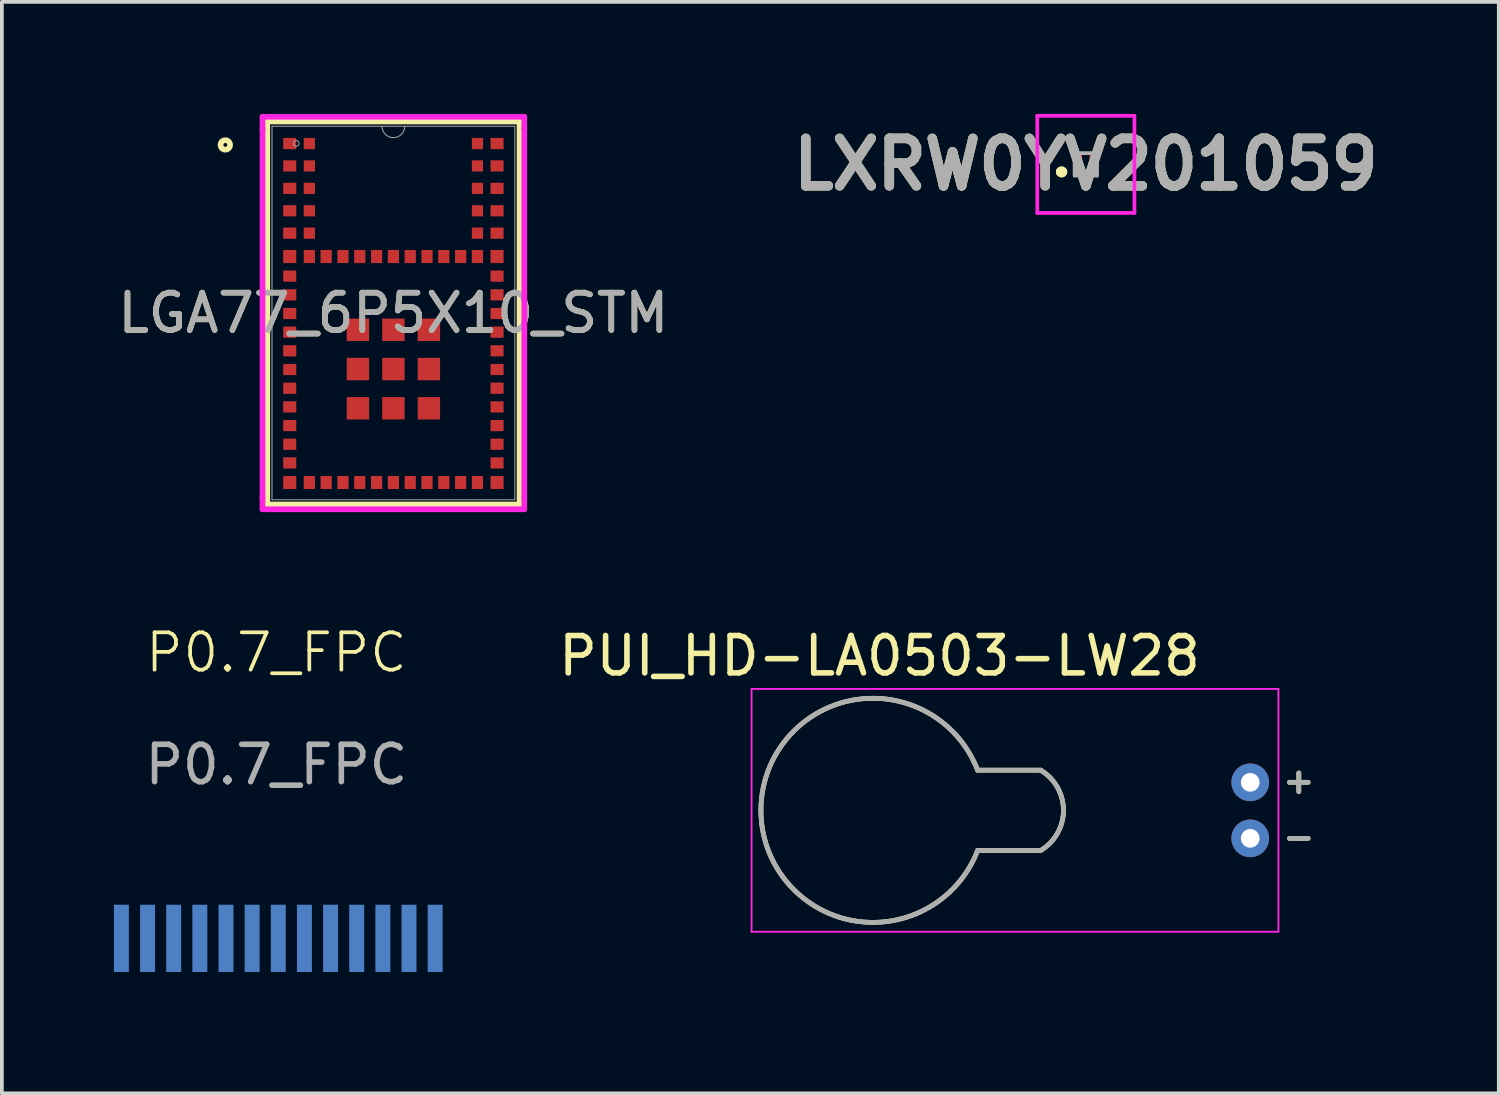
<source format=kicad_pcb>
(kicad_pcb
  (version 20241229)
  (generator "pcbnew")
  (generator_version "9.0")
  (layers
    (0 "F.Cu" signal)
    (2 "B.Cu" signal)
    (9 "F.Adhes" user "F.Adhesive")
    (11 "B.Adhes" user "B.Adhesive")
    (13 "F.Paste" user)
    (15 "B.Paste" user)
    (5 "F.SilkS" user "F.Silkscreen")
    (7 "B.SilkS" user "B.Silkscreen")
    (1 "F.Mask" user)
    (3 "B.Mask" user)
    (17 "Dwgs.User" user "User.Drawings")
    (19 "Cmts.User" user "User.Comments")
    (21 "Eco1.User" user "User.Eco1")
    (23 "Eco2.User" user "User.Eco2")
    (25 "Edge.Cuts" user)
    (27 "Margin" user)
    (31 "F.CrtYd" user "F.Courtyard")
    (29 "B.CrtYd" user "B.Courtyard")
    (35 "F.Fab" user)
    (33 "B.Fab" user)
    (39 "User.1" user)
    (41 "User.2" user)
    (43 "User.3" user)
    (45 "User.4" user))
  (footprint "LXRW0YV201059"
    (layer "F.Cu")
    (at 26.02 1.35)
    (property "Reference" "LXRW0YV201059" (at 0 0 0) (layer "F.SilkS") (effects (font (size 1.27 1.27) (thickness 0.254))))
    (attr smd)
    (fp_line (start -0.7 0.2) (end -0.7 0.2) (stroke (width 0.2) (type solid)) (layer "F.SilkS"))
    (fp_line (start -0.7 0.2) (end -0.7 0.2) (stroke (width 0.2) (type solid)) (layer "F.SilkS"))
    (fp_line (start -0.6 0.2) (end -0.6 0.2) (stroke (width 0.2) (type solid)) (layer "F.SilkS"))
    (fp_arc (start -0.7 0.2) (mid -0.65 0.15) (end -0.6 0.2) (stroke (width 0.2) (type solid)) (layer "F.SilkS"))
    (fp_arc (start -0.6 0.2) (mid -0.65 0.25) (end -0.7 0.2) (stroke (width 0.2) (type solid)) (layer "F.SilkS"))
    (fp_arc (start -0.6 0.2) (mid -0.65 0.25) (end -0.7 0.2) (stroke (width 0.2) (type solid)) (layer "F.SilkS"))
    (fp_line (start -1.3 -1.3) (end 1.3 -1.3) (stroke (width 0.1) (type solid)) (layer "F.CrtYd"))
    (fp_line (start -1.3 1.3) (end -1.3 -1.3) (stroke (width 0.1) (type solid)) (layer "F.CrtYd"))
    (fp_line (start 1.3 -1.3) (end 1.3 1.3) (stroke (width 0.1) (type solid)) (layer "F.CrtYd"))
    (fp_line (start 1.3 1.3) (end -1.3 1.3) (stroke (width 0.1) (type solid)) (layer "F.CrtYd"))
    (fp_line (start -0.3 -0.3) (end -0.3 0.3) (stroke (width 0.1) (type solid)) (layer "F.Fab"))
    (fp_line (start -0.3 0.3) (end 0.3 0.3) (stroke (width 0.1) (type solid)) (layer "F.Fab"))
    (fp_line (start 0.3 -0.3) (end -0.3 -0.3) (stroke (width 0.1) (type solid)) (layer "F.Fab"))
    (fp_line (start 0.3 0.3) (end 0.3 -0.3) (stroke (width 0.1) (type solid)) (layer "F.Fab"))
    (fp_text user "${REFERENCE}" (at 0 0 0) (layer "F.Fab") (effects (font (size 1.27 1.27) (thickness 0.254))))
    (pad "1" smd rect (at -0.2 0.2 90) (size 0.2 0.2) (layers "F.Cu" "F.Mask" "F.Paste"))
    (pad "2" smd rect (at -0.2 -0.2 90) (size 0.2 0.2) (layers "F.Cu" "F.Mask" "F.Paste"))
    (pad "3" smd rect (at 0.2 -0.2 90) (size 0.2 0.2) (layers "F.Cu" "F.Mask" "F.Paste"))
    (pad "4" smd rect (at 0.2 0.2 90) (size 0.2 0.2) (layers "F.Cu" "F.Mask" "F.Paste")))
  (footprint "P0.7_FPC"
    (layer "F.Cu")
    (at 4.4 22.971)
    (property "Reference" "P0.7_FPC" (at -0.05 -8.55 0) (unlocked yes) (layer "F.SilkS") (effects (font (size 1 1) (thickness 0.1))))
    (attr smd)
    (fp_text user "${REFERENCE}" (at -0.05 -5.55 0) (unlocked yes) (layer "F.Fab") (effects (font (size 1 1) (thickness 0.15))))
    (pad "1" smd rect (at -4.2 -0.9) (size 0.4 1.8) (layers "B.Cu" "B.Mask" "B.Paste"))
    (pad "2" smd rect (at -3.5 -0.9) (size 0.4 1.8) (layers "B.Cu" "B.Mask" "B.Paste"))
    (pad "3" smd rect (at -2.8 -0.9) (size 0.4 1.8) (layers "B.Cu" "B.Mask" "B.Paste"))
    (pad "4" smd rect (at -2.1 -0.9) (size 0.4 1.8) (layers "B.Cu" "B.Mask" "B.Paste"))
    (pad "5" smd rect (at -1.4 -0.9) (size 0.4 1.8) (layers "B.Cu" "B.Mask" "B.Paste"))
    (pad "6" smd rect (at -0.7 -0.9) (size 0.4 1.8) (layers "B.Cu" "B.Mask" "B.Paste"))
    (pad "7" smd rect (at 0 -0.9) (size 0.4 1.8) (layers "B.Cu" "B.Mask" "B.Paste"))
    (pad "8" smd rect (at 0.7 -0.9) (size 0.4 1.8) (layers "B.Cu" "B.Mask" "B.Paste"))
    (pad "9" smd rect (at 1.4 -0.9) (size 0.4 1.8) (layers "B.Cu" "B.Mask" "B.Paste"))
    (pad "10" smd rect (at 2.1 -0.9) (size 0.4 1.8) (layers "B.Cu" "B.Mask" "B.Paste"))
    (pad "11" smd rect (at 2.8 -0.9) (size 0.4 1.8) (layers "B.Cu" "B.Mask" "B.Paste"))
    (pad "12" smd rect (at 3.5 -0.9) (size 0.4 1.8) (layers "B.Cu" "B.Mask" "B.Paste"))
    (pad "13" smd rect (at 4.2 -0.9) (size 0.4 1.8) (layers "B.Cu" "B.Mask" "B.Paste")))
  (footprint "PUI_HD-LA0503-LW28"
    (layer "F.Cu")
    (at 20.321 18.644)
    (property "Reference" "PUI_HD-LA0503-LW28" (at 0.175 -4.135 0) (layer "F.SilkS") (effects (font (size 1 1) (thickness 0.15))))
    (attr through_hole)
    (fp_line (start 2.801 1.075) (end 4.488 1.075) (stroke (width 0.127) (type solid)) (layer "F.SilkS"))
    (fp_line (start 4.488 -1.075) (end 2.801 -1.075) (stroke (width 0.127) (type solid)) (layer "F.SilkS"))
    (fp_line (start 11.15 -0.75) (end 11.65 -0.75) (stroke (width 0.127) (type solid)) (layer "F.SilkS"))
    (fp_line (start 11.15 0.75) (end 11.65 0.75) (stroke (width 0.127) (type solid)) (layer "F.SilkS"))
    (fp_line (start 11.4 -1) (end 11.4 -0.5) (stroke (width 0.127) (type solid)) (layer "F.SilkS"))
    (fp_arc (start -3 0) (mid -2.12132 -2.12132) (end 0 -3) (stroke (width 0.127) (type solid)) (layer "F.SilkS"))
    (fp_arc (start 0 -3) (mid 1.699264 -2.472347) (end 2.80078 -1.075) (stroke (width 0.127) (type solid)) (layer "F.SilkS"))
    (fp_arc (start 0 3) (mid -2.12132 2.12132) (end -3 0) (stroke (width 0.127) (type solid)) (layer "F.SilkS"))
    (fp_arc (start 2.80078 1.075) (mid 1.699264 2.472347) (end 0 3) (stroke (width 0.127) (type solid)) (layer "F.SilkS"))
    (fp_arc (start 4.48787 -1.075) (mid 5.100001 0) (end 4.487869 1.075) (stroke (width 0.127) (type solid)) (layer "F.SilkS"))
    (fp_line (start -3.25 -3.25) (end 10.854 -3.25) (stroke (width 0.05) (type solid)) (layer "F.CrtYd"))
    (fp_line (start -3.25 3.25) (end -3.25 -3.25) (stroke (width 0.05) (type solid)) (layer "F.CrtYd"))
    (fp_line (start 10.854 -3.25) (end 10.854 3.25) (stroke (width 0.05) (type solid)) (layer "F.CrtYd"))
    (fp_line (start 10.854 3.25) (end -3.25 3.25) (stroke (width 0.05) (type solid)) (layer "F.CrtYd"))
    (fp_line (start 2.801 1.075) (end 4.488 1.075) (stroke (width 0.127) (type solid)) (layer "F.Fab"))
    (fp_line (start 4.488 -1.075) (end 2.801 -1.075) (stroke (width 0.127) (type solid)) (layer "F.Fab"))
    (fp_line (start 11.15 -0.75) (end 11.65 -0.75) (stroke (width 0.127) (type solid)) (layer "F.Fab"))
    (fp_line (start 11.15 0.75) (end 11.65 0.75) (stroke (width 0.127) (type solid)) (layer "F.Fab"))
    (fp_line (start 11.4 -1) (end 11.4 -0.5) (stroke (width 0.127) (type solid)) (layer "F.Fab"))
    (fp_arc (start -3 0) (mid -2.12132 -2.12132) (end 0 -3) (stroke (width 0.127) (type solid)) (layer "F.Fab"))
    (fp_arc (start 0 -3) (mid 1.699264 -2.472347) (end 2.80078 -1.075) (stroke (width 0.127) (type solid)) (layer "F.Fab"))
    (fp_arc (start 0 3) (mid -2.12132 2.12132) (end -3 0) (stroke (width 0.127) (type solid)) (layer "F.Fab"))
    (fp_arc (start 2.80078 1.075) (mid 1.699264 2.472347) (end 0 3) (stroke (width 0.127) (type solid)) (layer "F.Fab"))
    (fp_arc (start 4.48787 -1.075) (mid 5.100001 0) (end 4.487869 1.075) (stroke (width 0.127) (type solid)) (layer "F.Fab"))
    (pad "N" thru_hole circle (at 10.1 0.75) (size 1.008 1.008) (drill 0.5) (layers "*.Cu" "*.Mask"))
    (pad "P" thru_hole circle (at 10.1 -0.75) (size 1.008 1.008) (drill 0.5) (layers "*.Cu" "*.Mask")))
  (footprint "LGA77_6P5X10_STM"
    (layer "F.Cu")
    (at 7.482 5.33)
    (property "Reference" "LGA77_6P5X10_STM" (at 0 0 0) (unlocked yes) (layer "F.SilkS") (effects (font (size 1 1) (thickness 0.15))))
    (attr smd)
    (fp_line (start -3.377 -5.127) (end -3.377 5.127) (stroke (width 0.152) (type solid)) (layer "F.SilkS"))
    (fp_line (start -3.377 5.127) (end 3.377 5.127) (stroke (width 0.152) (type solid)) (layer "F.SilkS"))
    (fp_line (start 3.377 -5.127) (end -3.377 -5.127) (stroke (width 0.152) (type solid)) (layer "F.SilkS"))
    (fp_line (start 3.377 5.127) (end 3.377 -5.127) (stroke (width 0.152) (type solid)) (layer "F.SilkS"))
    (fp_circle (center -4.5 -4.5) (end -4.373 -4.5) (stroke (width 0.152) (type solid)) (fill no) (layer "F.SilkS"))
    (fp_line (start -3.504 -5.254) (end 3.504 -5.254) (stroke (width 0.152) (type solid)) (layer "F.CrtYd"))
    (fp_line (start -3.504 -4.944) (end -3.504 -5.254) (stroke (width 0.152) (type solid)) (layer "F.CrtYd"))
    (fp_line (start -3.504 -4.944) (end -3.504 -4.944) (stroke (width 0.152) (type solid)) (layer "F.CrtYd"))
    (fp_line (start -3.504 4.944) (end -3.504 -4.944) (stroke (width 0.152) (type solid)) (layer "F.CrtYd"))
    (fp_line (start -3.504 4.944) (end -3.504 4.944) (stroke (width 0.152) (type solid)) (layer "F.CrtYd"))
    (fp_line (start -3.504 5.254) (end -3.504 4.944) (stroke (width 0.152) (type solid)) (layer "F.CrtYd"))
    (fp_line (start 3.504 -5.254) (end 3.504 -4.944) (stroke (width 0.152) (type solid)) (layer "F.CrtYd"))
    (fp_line (start 3.504 -4.944) (end 3.504 -4.944) (stroke (width 0.152) (type solid)) (layer "F.CrtYd"))
    (fp_line (start 3.504 -4.944) (end 3.504 4.944) (stroke (width 0.152) (type solid)) (layer "F.CrtYd"))
    (fp_line (start 3.504 4.944) (end 3.504 4.944) (stroke (width 0.152) (type solid)) (layer "F.CrtYd"))
    (fp_line (start 3.504 4.944) (end 3.504 5.254) (stroke (width 0.152) (type solid)) (layer "F.CrtYd"))
    (fp_line (start 3.504 5.254) (end -3.504 5.254) (stroke (width 0.152) (type solid)) (layer "F.CrtYd"))
    (fp_line (start -3.25 -5) (end -3.25 5) (stroke (width 0.025) (type solid)) (layer "F.Fab"))
    (fp_line (start -3.25 5) (end 3.25 5) (stroke (width 0.025) (type solid)) (layer "F.Fab"))
    (fp_line (start 3.25 -5) (end -3.25 -5) (stroke (width 0.025) (type solid)) (layer "F.Fab"))
    (fp_line (start 3.25 5) (end 3.25 -5) (stroke (width 0.025) (type solid)) (layer "F.Fab"))
    (fp_arc (start 0.3048 -5) (mid 0 -4.6952) (end -0.3048 -5) (stroke (width 0.0254) (type solid)) (layer "F.Fab"))
    (fp_circle (center -2.6 -4.54) (end -2.524 -4.54) (stroke (width 0.025) (type solid)) (fill no) (layer "F.Fab"))
    (fp_text user "${REFERENCE}" (at 0 0 0) (unlocked yes) (layer "F.Fab") (effects (font (size 1 1) (thickness 0.15))))
    (pad "1" smd rect (at -2.775 -4.537) (size 0.35 0.3) (layers "F.Cu" "F.Mask" "F.Paste"))
    (pad "2" smd rect (at -2.775 -3.938) (size 0.35 0.3) (layers "F.Cu" "F.Mask" "F.Paste"))
    (pad "3" smd rect (at -2.775 -3.337) (size 0.35 0.3) (layers "F.Cu" "F.Mask" "F.Paste"))
    (pad "4" smd rect (at -2.775 -2.737) (size 0.35 0.3) (layers "F.Cu" "F.Mask" "F.Paste"))
    (pad "5" smd rect (at -2.775 -2.138) (size 0.35 0.3) (layers "F.Cu" "F.Mask" "F.Paste"))
    (pad "6" smd rect (at -2.775 -1.512) (size 0.35 0.35) (layers "F.Cu" "F.Mask" "F.Paste"))
    (pad "7" smd rect (at -2.775 -0.988) (size 0.35 0.3) (layers "F.Cu" "F.Mask" "F.Paste"))
    (pad "8" smd rect (at -2.775 -0.487) (size 0.35 0.3) (layers "F.Cu" "F.Mask" "F.Paste"))
    (pad "9" smd rect (at -2.775 0.013) (size 0.35 0.3) (layers "F.Cu" "F.Mask" "F.Paste"))
    (pad "10" smd rect (at -2.775 0.512) (size 0.35 0.3) (layers "F.Cu" "F.Mask" "F.Paste"))
    (pad "11" smd rect (at -2.775 1.012) (size 0.35 0.3) (layers "F.Cu" "F.Mask" "F.Paste"))
    (pad "12" smd rect (at -2.775 1.512) (size 0.35 0.3) (layers "F.Cu" "F.Mask" "F.Paste"))
    (pad "13" smd rect (at -2.775 2.013) (size 0.35 0.3) (layers "F.Cu" "F.Mask" "F.Paste"))
    (pad "14" smd rect (at -2.775 2.513) (size 0.35 0.3) (layers "F.Cu" "F.Mask" "F.Paste"))
    (pad "15" smd rect (at -2.775 3.013) (size 0.35 0.3) (layers "F.Cu" "F.Mask" "F.Paste"))
    (pad "16" smd rect (at -2.775 3.513) (size 0.35 0.3) (layers "F.Cu" "F.Mask" "F.Paste"))
    (pad "17" smd rect (at -2.775 4.013) (size 0.35 0.3) (layers "F.Cu" "F.Mask" "F.Paste"))
    (pad "18" smd rect (at -2.775 4.537) (size 0.35 0.35) (layers "F.Cu" "F.Mask" "F.Paste"))
    (pad "19" smd rect (at -2.25 4.537 90) (size 0.35 0.3) (layers "F.Cu" "F.Mask" "F.Paste"))
    (pad "20" smd rect (at -1.8 4.537 90) (size 0.35 0.3) (layers "F.Cu" "F.Mask" "F.Paste"))
    (pad "21" smd rect (at -1.35 4.537 90) (size 0.35 0.3) (layers "F.Cu" "F.Mask" "F.Paste"))
    (pad "22" smd rect (at -0.9 4.537 90) (size 0.35 0.3) (layers "F.Cu" "F.Mask" "F.Paste"))
    (pad "23" smd rect (at -0.45 4.537 90) (size 0.35 0.3) (layers "F.Cu" "F.Mask" "F.Paste"))
    (pad "24" smd rect (at 0 4.537 90) (size 0.35 0.3) (layers "F.Cu" "F.Mask" "F.Paste"))
    (pad "25" smd rect (at 0.45 4.537 90) (size 0.35 0.3) (layers "F.Cu" "F.Mask" "F.Paste"))
    (pad "26" smd rect (at 0.9 4.537 90) (size 0.35 0.3) (layers "F.Cu" "F.Mask" "F.Paste"))
    (pad "27" smd rect (at 1.35 4.537 90) (size 0.35 0.3) (layers "F.Cu" "F.Mask" "F.Paste"))
    (pad "28" smd rect (at 1.8 4.537 90) (size 0.35 0.3) (layers "F.Cu" "F.Mask" "F.Paste"))
    (pad "29" smd rect (at 2.25 4.537 90) (size 0.35 0.3) (layers "F.Cu" "F.Mask" "F.Paste"))
    (pad "30" smd rect (at 2.775 4.537) (size 0.35 0.35) (layers "F.Cu" "F.Mask" "F.Paste"))
    (pad "31" smd rect (at 2.775 4.013) (size 0.35 0.3) (layers "F.Cu" "F.Mask" "F.Paste"))
    (pad "32" smd rect (at 2.775 3.513) (size 0.35 0.3) (layers "F.Cu" "F.Mask" "F.Paste"))
    (pad "33" smd rect (at 2.775 3.013) (size 0.35 0.3) (layers "F.Cu" "F.Mask" "F.Paste"))
    (pad "34" smd rect (at 2.775 2.513) (size 0.35 0.3) (layers "F.Cu" "F.Mask" "F.Paste"))
    (pad "35" smd rect (at 2.775 2.013) (size 0.35 0.3) (layers "F.Cu" "F.Mask" "F.Paste"))
    (pad "36" smd rect (at 2.775 1.512) (size 0.35 0.3) (layers "F.Cu" "F.Mask" "F.Paste"))
    (pad "37" smd rect (at 2.775 1.012) (size 0.35 0.3) (layers "F.Cu" "F.Mask" "F.Paste"))
    (pad "38" smd rect (at 2.775 0.512) (size 0.35 0.3) (layers "F.Cu" "F.Mask" "F.Paste"))
    (pad "39" smd rect (at 2.775 0.013) (size 0.35 0.3) (layers "F.Cu" "F.Mask" "F.Paste"))
    (pad "40" smd rect (at 2.775 -0.487) (size 0.35 0.3) (layers "F.Cu" "F.Mask" "F.Paste"))
    (pad "41" smd rect (at 2.775 -0.988) (size 0.35 0.3) (layers "F.Cu" "F.Mask" "F.Paste"))
    (pad "42" smd rect (at 2.775 -1.512) (size 0.35 0.35) (layers "F.Cu" "F.Mask" "F.Paste"))
    (pad "43" smd rect (at 2.775 -2.138) (size 0.35 0.3) (layers "F.Cu" "F.Mask" "F.Paste"))
    (pad "44" smd rect (at 2.775 -2.737) (size 0.35 0.3) (layers "F.Cu" "F.Mask" "F.Paste"))
    (pad "45" smd rect (at 2.775 -3.337) (size 0.35 0.3) (layers "F.Cu" "F.Mask" "F.Paste"))
    (pad "46" smd rect (at 2.775 -3.938) (size 0.35 0.3) (layers "F.Cu" "F.Mask" "F.Paste"))
    (pad "47" smd rect (at 2.775 -4.537) (size 0.35 0.3) (layers "F.Cu" "F.Mask" "F.Paste"))
    (pad "48" smd rect (at 2.25 -4.537) (size 0.3 0.3) (layers "F.Cu" "F.Mask" "F.Paste"))
    (pad "49" smd rect (at 2.25 -3.938) (size 0.3 0.3) (layers "F.Cu" "F.Mask" "F.Paste"))
    (pad "50" smd rect (at 2.25 -3.337) (size 0.3 0.3) (layers "F.Cu" "F.Mask" "F.Paste"))
    (pad "51" smd rect (at 2.25 -2.737) (size 0.3 0.3) (layers "F.Cu" "F.Mask" "F.Paste"))
    (pad "52" smd rect (at 2.25 -2.138) (size 0.3 0.3) (layers "F.Cu" "F.Mask" "F.Paste"))
    (pad "53" smd rect (at 2.25 -1.512 90) (size 0.35 0.3) (layers "F.Cu" "F.Mask" "F.Paste"))
    (pad "54" smd rect (at 1.8 -1.512 90) (size 0.35 0.3) (layers "F.Cu" "F.Mask" "F.Paste"))
    (pad "55" smd rect (at 1.35 -1.512 90) (size 0.35 0.3) (layers "F.Cu" "F.Mask" "F.Paste"))
    (pad "56" smd rect (at 0.9 -1.512 90) (size 0.35 0.3) (layers "F.Cu" "F.Mask" "F.Paste"))
    (pad "57" smd rect (at 0.45 -1.512 90) (size 0.35 0.3) (layers "F.Cu" "F.Mask" "F.Paste"))
    (pad "58" smd rect (at 0 -1.512 90) (size 0.35 0.3) (layers "F.Cu" "F.Mask" "F.Paste"))
    (pad "59" smd rect (at -0.45 -1.512 90) (size 0.35 0.3) (layers "F.Cu" "F.Mask" "F.Paste"))
    (pad "60" smd rect (at -0.9 -1.512 90) (size 0.35 0.3) (layers "F.Cu" "F.Mask" "F.Paste"))
    (pad "61" smd rect (at -1.35 -1.512 90) (size 0.35 0.3) (layers "F.Cu" "F.Mask" "F.Paste"))
    (pad "62" smd rect (at -1.8 -1.512 90) (size 0.35 0.3) (layers "F.Cu" "F.Mask" "F.Paste"))
    (pad "63" smd rect (at -2.25 -1.512 90) (size 0.35 0.3) (layers "F.Cu" "F.Mask" "F.Paste"))
    (pad "64" smd rect (at -2.25 -2.138) (size 0.3 0.3) (layers "F.Cu" "F.Mask" "F.Paste"))
    (pad "65" smd rect (at -2.25 -2.737) (size 0.3 0.3) (layers "F.Cu" "F.Mask" "F.Paste"))
    (pad "66" smd rect (at -2.25 -3.337) (size 0.3 0.3) (layers "F.Cu" "F.Mask" "F.Paste"))
    (pad "67" smd rect (at -2.25 -3.938) (size 0.3 0.3) (layers "F.Cu" "F.Mask" "F.Paste"))
    (pad "68" smd rect (at -2.25 -4.537) (size 0.3 0.3) (layers "F.Cu" "F.Mask" "F.Paste"))
    (pad "69" smd rect (at -0.95 0.45 90) (size 0.6 0.6) (layers "F.Cu" "F.Mask" "F.Paste"))
    (pad "70" smd rect (at -0.95 1.5 90) (size 0.6 0.6) (layers "F.Cu" "F.Mask" "F.Paste"))
    (pad "71" smd rect (at -0.95 2.55 90) (size 0.6 0.6) (layers "F.Cu" "F.Mask" "F.Paste"))
    (pad "72" smd rect (at 0 2.55 90) (size 0.6 0.6) (layers "F.Cu" "F.Mask" "F.Paste"))
    (pad "73" smd rect (at 0 1.5 90) (size 0.6 0.6) (layers "F.Cu" "F.Mask" "F.Paste"))
    (pad "74" smd rect (at 0 0.45 90) (size 0.6 0.6) (layers "F.Cu" "F.Mask" "F.Paste"))
    (pad "75" smd rect (at 0.95 0.45 90) (size 0.6 0.6) (layers "F.Cu" "F.Mask" "F.Paste"))
    (pad "76" smd rect (at 0.95 1.5 90) (size 0.6 0.6) (layers "F.Cu" "F.Mask" "F.Paste"))
    (pad "77" smd rect (at 0.95 2.55 90) (size 0.6 0.6) (layers "F.Cu" "F.Mask" "F.Paste"))
    (zone (net_name "") (layer "F.Cu") (hatch full 0.508) (connect_pads) (min_thickness 0.254) (filled_areas_thickness no) (keepout (tracks not_allowed) (vias not_allowed) (pads allowed) (copperpour not_allowed) (footprints allowed)) (placement (enabled no)) (fill) (polygon (pts (xy 5.583 3.451) (xy 9.382 3.451) (xy 9.382 0.33) (xy 5.583 0.33)))))
  (gr_rect
    (start -3 -3)
    (end 37.075 26.221)
    (stroke (width 0.1) (type default))
    (fill no)
    (layer "Edge.Cuts")))
</source>
